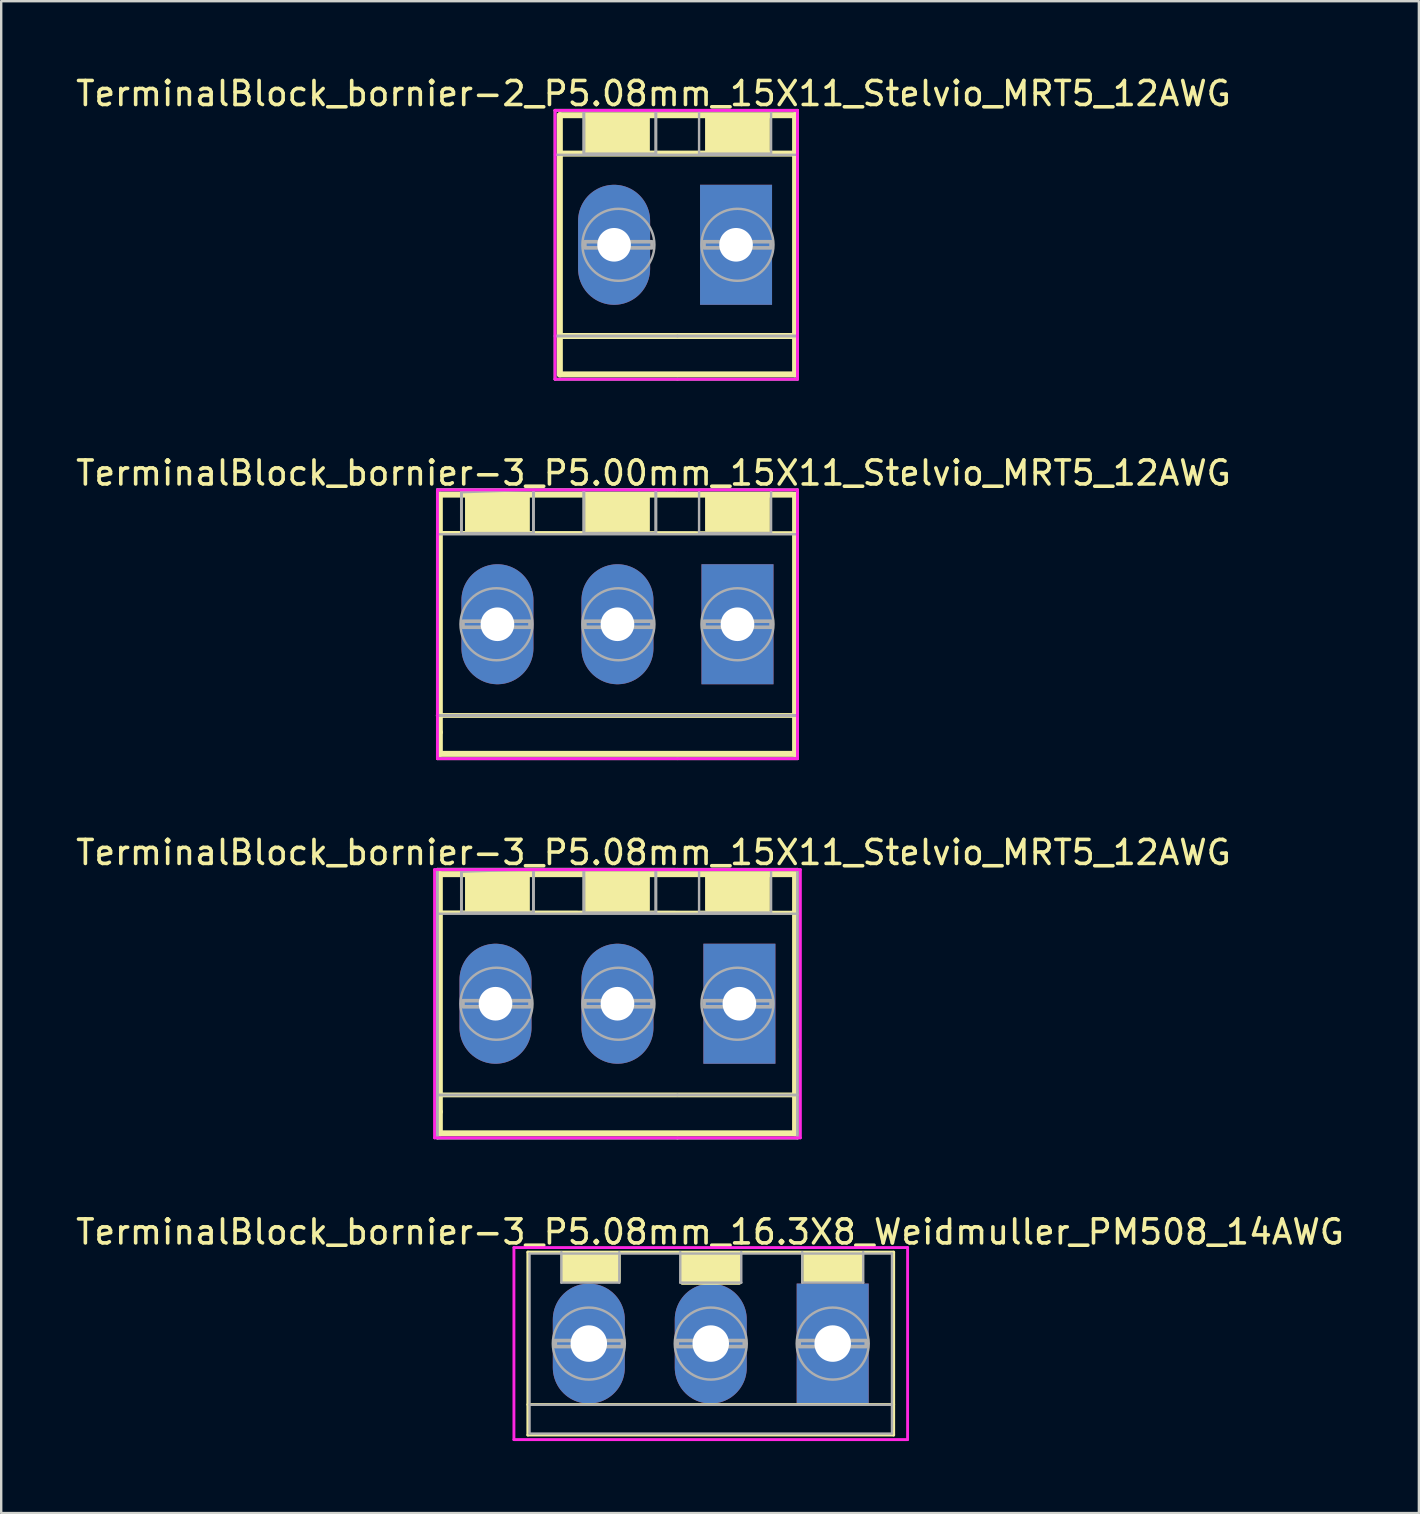
<source format=kicad_pcb>
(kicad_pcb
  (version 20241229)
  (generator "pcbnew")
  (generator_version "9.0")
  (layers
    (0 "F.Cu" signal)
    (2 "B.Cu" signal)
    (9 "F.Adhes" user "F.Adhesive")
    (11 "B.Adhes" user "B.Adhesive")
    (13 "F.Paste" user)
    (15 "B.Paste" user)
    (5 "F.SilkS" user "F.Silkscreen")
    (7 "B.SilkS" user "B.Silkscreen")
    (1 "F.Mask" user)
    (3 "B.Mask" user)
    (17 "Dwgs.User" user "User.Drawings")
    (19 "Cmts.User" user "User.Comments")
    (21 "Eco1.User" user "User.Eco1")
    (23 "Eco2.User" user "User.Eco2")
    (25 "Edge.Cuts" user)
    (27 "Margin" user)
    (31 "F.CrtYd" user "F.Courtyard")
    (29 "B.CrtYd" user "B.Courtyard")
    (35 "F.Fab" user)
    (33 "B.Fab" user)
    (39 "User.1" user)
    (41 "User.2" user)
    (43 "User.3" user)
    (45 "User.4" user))
  (footprint "TerminalBlock_bornier-3_P5.08mm_16.3X8_Weidmuller_PM508_14AWG"
    (layer "F.Cu")
    (at 26.56 52.923)
    (property "Reference" "TerminalBlock_bornier-3_P5.08mm_16.3X8_Weidmuller_PM508_14AWG" (at -0.03 -4.65 0) (layer "F.SilkS") (effects (font (size 1 1) (thickness 0.15))))
    (attr through_hole)
    (fp_line (start -7.62 -3.81) (end 7.62 -3.81) (stroke (width 0.12) (type solid)) (layer "F.SilkS"))
    (fp_line (start -7.62 2.54) (end 7.62 2.54) (stroke (width 0.12) (type solid)) (layer "F.SilkS"))
    (fp_line (start -7.62 3.81) (end -7.62 -3.81) (stroke (width 0.12) (type solid)) (layer "F.SilkS"))
    (fp_line (start -7.62 3.81) (end 7.62 3.81) (stroke (width 0.12) (type solid)) (layer "F.SilkS"))
    (fp_line (start 7.62 3.81) (end 7.62 -3.81) (stroke (width 0.12) (type solid)) (layer "F.SilkS"))
    (fp_poly (pts (xy -6.2 -2.6) (xy -6.2 -3.8) (xy -3.8 -3.8) (xy -3.8 -2.6)) (stroke (width 0.1) (type solid)) (fill yes) (layer "F.SilkS"))
    (fp_poly (pts (xy -1.2 -2.5) (xy -1.2 -3.7) (xy 1.2 -3.7) (xy 1.2 -2.5)) (stroke (width 0.1) (type solid)) (fill yes) (layer "F.SilkS"))
    (fp_poly (pts (xy 3.9 -2.6) (xy 3.9 -3.8) (xy 6.3 -3.8) (xy 6.3 -2.6)) (stroke (width 0.1) (type solid)) (fill yes) (layer "F.SilkS"))
    (fp_line (start -8.2 -4) (end 8.2 -4) (stroke (width 0.12) (type solid)) (layer "F.CrtYd"))
    (fp_line (start -8.2 4) (end -8.2 -4) (stroke (width 0.12) (type solid)) (layer "F.CrtYd"))
    (fp_line (start 8.2 -4) (end 8.2 4) (stroke (width 0.12) (type solid)) (layer "F.CrtYd"))
    (fp_line (start 8.2 4) (end -8.2 4) (stroke (width 0.12) (type solid)) (layer "F.CrtYd"))
    (fp_line (start -7.55 -3.75) (end 7.55 -3.75) (stroke (width 0.1) (type solid)) (layer "F.Fab"))
    (fp_line (start -7.55 2.55) (end 7.55 2.55) (stroke (width 0.1) (type solid)) (layer "F.Fab"))
    (fp_line (start -7.55 3.75) (end -7.55 -3.75) (stroke (width 0.1) (type solid)) (layer "F.Fab"))
    (fp_line (start -6.223 -3.81) (end -6.223 -2.54) (stroke (width 0.102) (type solid)) (layer "F.Fab"))
    (fp_line (start -6.223 -2.54) (end -3.81 -2.54) (stroke (width 0.102) (type solid)) (layer "F.Fab"))
    (fp_line (start -3.81 -2.54) (end -3.81 -3.81) (stroke (width 0.102) (type solid)) (layer "F.Fab"))
    (fp_line (start -1.27 -3.81) (end -1.27 -2.54) (stroke (width 0.102) (type solid)) (layer "F.Fab"))
    (fp_line (start -1.27 -2.54) (end 1.27 -2.54) (stroke (width 0.102) (type solid)) (layer "F.Fab"))
    (fp_line (start 1.27 -2.54) (end 1.27 -3.81) (stroke (width 0.102) (type solid)) (layer "F.Fab"))
    (fp_line (start 3.81 -3.81) (end 3.81 -2.54) (stroke (width 0.102) (type solid)) (layer "F.Fab"))
    (fp_line (start 3.81 -2.54) (end 6.35 -2.54) (stroke (width 0.102) (type solid)) (layer "F.Fab"))
    (fp_line (start 6.35 -2.54) (end 6.35 -3.81) (stroke (width 0.102) (type solid)) (layer "F.Fab"))
    (fp_line (start 7.55 -3.75) (end 7.55 3.75) (stroke (width 0.1) (type solid)) (layer "F.Fab"))
    (fp_line (start 7.55 3.75) (end -7.55 3.75) (stroke (width 0.1) (type solid)) (layer "F.Fab"))
    (fp_circle (center -5.08 0) (end -3.58 0) (stroke (width 0.102) (type solid)) (fill no) (layer "F.Fab"))
    (fp_circle (center 0 0) (end 1.5 0) (stroke (width 0.102) (type solid)) (fill no) (layer "F.Fab"))
    (fp_circle (center 5.08 0) (end 6.58 0) (stroke (width 0.102) (type solid)) (fill no) (layer "F.Fab"))
    (fp_poly (pts (xy -6.477 0.127) (xy -6.477 -0.127) (xy -3.683 -0.127) (xy -3.683 0.127)) (stroke (width 0.15) (type solid)) (fill no) (layer "F.Fab"))
    (fp_poly (pts (xy -1.397 0.127) (xy -1.397 -0.127) (xy 1.397 -0.127) (xy 1.397 0.127)) (stroke (width 0.15) (type solid)) (fill no) (layer "F.Fab"))
    (fp_poly (pts (xy 3.683 0.127) (xy 3.683 -0.127) (xy 6.477 -0.127) (xy 6.477 0.127)) (stroke (width 0.15) (type solid)) (fill no) (layer "F.Fab"))
    (pad "1" thru_hole rect (at 5.08 0) (size 3 5) (drill 1.52) (layers "*.Cu" "*.Mask"))
    (pad "2" thru_hole oval (at 0 0) (size 3 5) (drill 1.52) (layers "*.Cu" "*.Mask"))
    (pad "3" thru_hole oval (at -5.08 0) (size 3 5) (drill 1.52) (layers "*.Cu" "*.Mask")))
  (footprint "TerminalBlock_bornier-2_P5.08mm_15X11_Stelvio_MRT5_12AWG"
    (layer "F.Cu")
    (at 25.073 7.148)
    (property "Reference" "TerminalBlock_bornier-2_P5.08mm_15X11_Stelvio_MRT5_12AWG" (at -0.9 -6.3 0) (layer "F.SilkS") (effects (font (size 1 1) (thickness 0.15))))
    (attr through_hole)
    (fp_line (start -4.8 -5.4) (end -4.8 5.4) (stroke (width 0.25) (type solid)) (layer "F.SilkS"))
    (fp_line (start -4.8 -3.8) (end 5 -3.8) (stroke (width 0.25) (type solid)) (layer "F.SilkS"))
    (fp_line (start -4.8 3.8) (end 5 3.8) (stroke (width 0.25) (type solid)) (layer "F.SilkS"))
    (fp_line (start 5 -5.4) (end -4.8 -5.4) (stroke (width 0.25) (type solid)) (layer "F.SilkS"))
    (fp_line (start 5 -5.4) (end 5 5.4) (stroke (width 0.25) (type solid)) (layer "F.SilkS"))
    (fp_line (start 5 5.4) (end -4.8 5.4) (stroke (width 0.25) (type solid)) (layer "F.SilkS"))
    (fp_poly (pts (xy -3.7 -3.9) (xy -3.7 -5.4) (xy -1.1 -5.4) (xy -1.1 -3.9)) (stroke (width 0.1) (type solid)) (fill yes) (layer "F.SilkS"))
    (fp_poly (pts (xy 1.3 -3.9) (xy 1.3 -5.4) (xy 3.9 -5.4) (xy 3.9 -3.9)) (stroke (width 0.1) (type solid)) (fill yes) (layer "F.SilkS"))
    (fp_line (start -5 -5.6) (end 5.1 -5.6) (stroke (width 0.12) (type solid)) (layer "F.CrtYd"))
    (fp_line (start -5 5.6) (end -5 -5.6) (stroke (width 0.12) (type solid)) (layer "F.CrtYd"))
    (fp_line (start 5.1 -5.6) (end 5.1 5.6) (stroke (width 0.12) (type solid)) (layer "F.CrtYd"))
    (fp_line (start 5.1 5.6) (end -5 5.6) (stroke (width 0.12) (type solid)) (layer "F.CrtYd"))
    (fp_line (start -5 -5.6) (end 0 -5.6) (stroke (width 0.12) (type solid)) (layer "F.Fab"))
    (fp_line (start -5 -5.6) (end 0.1 -5.6) (stroke (width 0.12) (type solid)) (layer "F.Fab"))
    (fp_line (start -5 -3.75) (end 5.1 -3.75) (stroke (width 0.1) (type solid)) (layer "F.Fab"))
    (fp_line (start -5 5.6) (end -5 -5.6) (stroke (width 0.12) (type solid)) (layer "F.Fab"))
    (fp_line (start -3.8 -3.8) (end -3.8 -5.6) (stroke (width 0.12) (type solid)) (layer "F.Fab"))
    (fp_line (start -0.8 -3.8) (end -0.8 -5.5) (stroke (width 0.12) (type solid)) (layer "F.Fab"))
    (fp_line (start 0.1 -5.6) (end 5.1 -5.6) (stroke (width 0.12) (type solid)) (layer "F.Fab"))
    (fp_line (start 0.1 3.8) (end -5 3.8) (stroke (width 0.12) (type solid)) (layer "F.Fab"))
    (fp_line (start 0.1 3.8) (end 5.1 3.8) (stroke (width 0.12) (type solid)) (layer "F.Fab"))
    (fp_line (start 0.1 5.6) (end -5 5.6) (stroke (width 0.12) (type solid)) (layer "F.Fab"))
    (fp_line (start 0.1 5.6) (end 5.1 5.6) (stroke (width 0.12) (type solid)) (layer "F.Fab"))
    (fp_line (start 5.1 -5.6) (end 5.1 1.9) (stroke (width 0.12) (type solid)) (layer "F.Fab"))
    (fp_line (start 5.1 5.6) (end 5.1 1.9) (stroke (width 0.12) (type solid)) (layer "F.Fab"))
    (fp_circle (center -2.36 0) (end -0.86 0) (stroke (width 0.102) (type solid)) (fill no) (layer "F.Fab"))
    (fp_circle (center 2.6 0) (end 4.1 0) (stroke (width 0.102) (type solid)) (fill no) (layer "F.Fab"))
    (fp_poly (pts (xy -3.8 -3.8) (xy -3.8 -5.6) (xy -0.8 -5.6) (xy -0.8 -3.8)) (stroke (width 0.1) (type solid)) (fill no) (layer "F.Fab"))
    (fp_poly (pts (xy -3.757 0.127) (xy -3.757 -0.127) (xy -0.963 -0.127) (xy -0.963 0.127)) (stroke (width 0.15) (type solid)) (fill no) (layer "F.Fab"))
    (fp_poly (pts (xy 1 -3.8) (xy 1 -5.6) (xy 4 -5.6) (xy 4 -3.8)) (stroke (width 0.1) (type solid)) (fill no) (layer "F.Fab"))
    (fp_poly (pts (xy 1.206 0.127) (xy 1.206 -0.127) (xy 4 -0.127) (xy 4 0.127)) (stroke (width 0.15) (type solid)) (fill no) (layer "F.Fab"))
    (pad "1" thru_hole rect (at 2.54 0) (size 3 5) (drill 1.4) (layers "*.Cu" "*.Mask"))
    (pad "2" thru_hole oval (at -2.54 0) (size 3 5) (drill 1.4) (layers "*.Cu" "*.Mask")))
  (footprint "TerminalBlock_bornier-3_P5.08mm_15X11_Stelvio_MRT5_12AWG"
    (layer "F.Cu")
    (at 22.673 38.765)
    (property "Reference" "TerminalBlock_bornier-3_P5.08mm_15X11_Stelvio_MRT5_12AWG" (at 1.5 -6.3 0) (layer "F.SilkS") (effects (font (size 1 1) (thickness 0.15))))
    (attr through_hole)
    (fp_line (start -7.4 -5.4) (end 7.3 -5.4) (stroke (width 0.25) (type solid)) (layer "F.SilkS"))
    (fp_line (start -7.4 -3.81) (end 7.4 -3.8) (stroke (width 0.15) (type solid)) (layer "F.SilkS"))
    (fp_line (start -7.4 3.8) (end 7.3 3.8) (stroke (width 0.2) (type solid)) (layer "F.SilkS"))
    (fp_line (start -7.4 4.5) (end -7.4 -5.4) (stroke (width 0.25) (type solid)) (layer "F.SilkS"))
    (fp_line (start -7.4 5.4) (end -7.4 4.5) (stroke (width 0.25) (type solid)) (layer "F.SilkS"))
    (fp_line (start 7.4 -5.4) (end 7.4 5.4) (stroke (width 0.25) (type solid)) (layer "F.SilkS"))
    (fp_line (start 7.4 5.4) (end -7.4 5.4) (stroke (width 0.25) (type solid)) (layer "F.SilkS"))
    (fp_poly (pts (xy -6.3 -3.8) (xy -6.3 -5.3) (xy -3.7 -5.3) (xy -3.7 -3.8)) (stroke (width 0.1) (type solid)) (fill yes) (layer "F.SilkS"))
    (fp_poly (pts (xy -1.3 -3.9) (xy -1.3 -5.4) (xy 1.3 -5.4) (xy 1.3 -3.9)) (stroke (width 0.1) (type solid)) (fill yes) (layer "F.SilkS"))
    (fp_poly (pts (xy 3.7 -3.9) (xy 3.7 -5.4) (xy 6.3 -5.4) (xy 6.3 -3.9)) (stroke (width 0.1) (type solid)) (fill yes) (layer "F.SilkS"))
    (fp_line (start -7.62 -5.588) (end 7.62 -5.588) (stroke (width 0.12) (type solid)) (layer "F.CrtYd"))
    (fp_line (start -7.62 5.588) (end -7.62 -5.588) (stroke (width 0.12) (type solid)) (layer "F.CrtYd"))
    (fp_line (start 7.62 -5.588) (end 7.62 5.588) (stroke (width 0.12) (type solid)) (layer "F.CrtYd"))
    (fp_line (start 7.62 5.588) (end -7.62 5.588) (stroke (width 0.12) (type solid)) (layer "F.CrtYd"))
    (fp_line (start -7.51 -3.75) (end 7.5 -3.75) (stroke (width 0.1) (type solid)) (layer "F.Fab"))
    (fp_line (start -7.51 3.75) (end -7.51 -3.75) (stroke (width 0.1) (type solid)) (layer "F.Fab"))
    (fp_line (start -7.5 -5.6) (end 2.4 -5.6) (stroke (width 0.12) (type solid)) (layer "F.Fab"))
    (fp_line (start -7.5 -5.6) (end 2.5 -5.6) (stroke (width 0.12) (type solid)) (layer "F.Fab"))
    (fp_line (start -7.5 5.6) (end -7.5 -5.6) (stroke (width 0.12) (type solid)) (layer "F.Fab"))
    (fp_line (start -6.5 -3.8) (end -6.5 -5.6) (stroke (width 0.12) (type solid)) (layer "F.Fab"))
    (fp_line (start -3.5 -3.8) (end -3.5 -5.5) (stroke (width 0.12) (type solid)) (layer "F.Fab"))
    (fp_line (start -1.4 -3.8) (end -1.4 -5.6) (stroke (width 0.12) (type solid)) (layer "F.Fab"))
    (fp_line (start 1.6 -3.8) (end 1.6 -5.5) (stroke (width 0.12) (type solid)) (layer "F.Fab"))
    (fp_line (start 2.5 -5.6) (end 7.5 -5.6) (stroke (width 0.12) (type solid)) (layer "F.Fab"))
    (fp_line (start 2.5 3.8) (end -7.51 3.8) (stroke (width 0.12) (type solid)) (layer "F.Fab"))
    (fp_line (start 2.5 3.8) (end 7.5 3.8) (stroke (width 0.12) (type solid)) (layer "F.Fab"))
    (fp_line (start 2.5 5.6) (end -7.5 5.6) (stroke (width 0.12) (type solid)) (layer "F.Fab"))
    (fp_line (start 2.5 5.6) (end 7.5 5.6) (stroke (width 0.12) (type solid)) (layer "F.Fab"))
    (fp_line (start 7.5 -5.6) (end 7.5 1.9) (stroke (width 0.12) (type solid)) (layer "F.Fab"))
    (fp_line (start 7.5 5.6) (end 7.5 1.9) (stroke (width 0.12) (type solid)) (layer "F.Fab"))
    (fp_circle (center -5.04 0) (end -3.54 0) (stroke (width 0.102) (type solid)) (fill no) (layer "F.Fab"))
    (fp_circle (center 0.04 0) (end 1.54 0) (stroke (width 0.102) (type solid)) (fill no) (layer "F.Fab"))
    (fp_circle (center 5 0) (end 6.5 0) (stroke (width 0.102) (type solid)) (fill no) (layer "F.Fab"))
    (fp_poly (pts (xy -6.5 -3.8) (xy -6.5 -5.5) (xy -3.5 -5.6) (xy -3.5 -3.8)) (stroke (width 0.1) (type solid)) (fill no) (layer "F.Fab"))
    (fp_poly (pts (xy -6.437 0.127) (xy -6.437 -0.127) (xy -3.643 -0.127) (xy -3.643 0.127)) (stroke (width 0.15) (type solid)) (fill no) (layer "F.Fab"))
    (fp_poly (pts (xy -1.4 -3.8) (xy -1.4 -5.6) (xy 1.6 -5.6) (xy 1.6 -3.8)) (stroke (width 0.1) (type solid)) (fill no) (layer "F.Fab"))
    (fp_poly (pts (xy -1.357 0.127) (xy -1.357 -0.127) (xy 1.437 -0.127) (xy 1.437 0.127)) (stroke (width 0.15) (type solid)) (fill no) (layer "F.Fab"))
    (fp_poly (pts (xy 3.4 -3.8) (xy 3.4 -5.6) (xy 6.4 -5.6) (xy 6.4 -3.8)) (stroke (width 0.1) (type solid)) (fill no) (layer "F.Fab"))
    (fp_poly (pts (xy 3.606 0.127) (xy 3.606 -0.127) (xy 6.4 -0.127) (xy 6.4 0.127)) (stroke (width 0.15) (type solid)) (fill no) (layer "F.Fab"))
    (pad "1" thru_hole rect (at 5.08 0) (size 3 5) (drill 1.4) (layers "*.Cu" "*.Mask"))
    (pad "2" thru_hole oval (at 0 0) (size 3 5) (drill 1.4) (layers "*.Cu" "*.Mask"))
    (pad "3" thru_hole oval (at -5.08 0) (size 3 5) (drill 1.4) (layers "*.Cu" "*.Mask")))
  (footprint "TerminalBlock_bornier-3_P5.00mm_15X11_Stelvio_MRT5_12AWG"
    (layer "F.Cu")
    (at 22.673 22.956)
    (property "Reference" "TerminalBlock_bornier-3_P5.00mm_15X11_Stelvio_MRT5_12AWG" (at 1.5 -6.3 0) (layer "F.SilkS") (effects (font (size 1 1) (thickness 0.15))))
    (attr through_hole)
    (fp_line (start -7.4 -5.4) (end 7.3 -5.4) (stroke (width 0.25) (type solid)) (layer "F.SilkS"))
    (fp_line (start -7.4 -3.81) (end 7.4 -3.8) (stroke (width 0.15) (type solid)) (layer "F.SilkS"))
    (fp_line (start -7.4 3.8) (end 7.3 3.8) (stroke (width 0.2) (type solid)) (layer "F.SilkS"))
    (fp_line (start -7.4 4.5) (end -7.4 -5.4) (stroke (width 0.25) (type solid)) (layer "F.SilkS"))
    (fp_line (start -7.4 5.4) (end -7.4 4.5) (stroke (width 0.25) (type solid)) (layer "F.SilkS"))
    (fp_line (start 7.4 -5.4) (end 7.4 5.4) (stroke (width 0.25) (type solid)) (layer "F.SilkS"))
    (fp_line (start 7.4 5.4) (end -7.4 5.4) (stroke (width 0.25) (type solid)) (layer "F.SilkS"))
    (fp_poly (pts (xy -6.3 -3.8) (xy -6.3 -5.3) (xy -3.7 -5.3) (xy -3.7 -3.8)) (stroke (width 0.1) (type solid)) (fill yes) (layer "F.SilkS"))
    (fp_poly (pts (xy -1.3 -3.9) (xy -1.3 -5.4) (xy 1.3 -5.4) (xy 1.3 -3.9)) (stroke (width 0.1) (type solid)) (fill yes) (layer "F.SilkS"))
    (fp_poly (pts (xy 3.7 -3.9) (xy 3.7 -5.4) (xy 6.3 -5.4) (xy 6.3 -3.9)) (stroke (width 0.1) (type solid)) (fill yes) (layer "F.SilkS"))
    (fp_line (start -7.5 -5.6) (end 7.5 -5.6) (stroke (width 0.12) (type solid)) (layer "F.CrtYd"))
    (fp_line (start -7.5 5.6) (end -7.5 -5.6) (stroke (width 0.12) (type solid)) (layer "F.CrtYd"))
    (fp_line (start 7.5 -5.6) (end 7.5 5.6) (stroke (width 0.12) (type solid)) (layer "F.CrtYd"))
    (fp_line (start 7.5 5.6) (end -7.5 5.6) (stroke (width 0.12) (type solid)) (layer "F.CrtYd"))
    (fp_line (start -7.51 -3.75) (end 7.5 -3.75) (stroke (width 0.1) (type solid)) (layer "F.Fab"))
    (fp_line (start -7.51 3.75) (end -7.51 -3.75) (stroke (width 0.1) (type solid)) (layer "F.Fab"))
    (fp_line (start -7.5 -5.6) (end 2.4 -5.6) (stroke (width 0.12) (type solid)) (layer "F.Fab"))
    (fp_line (start -7.5 -5.6) (end 2.5 -5.6) (stroke (width 0.12) (type solid)) (layer "F.Fab"))
    (fp_line (start -7.5 5.6) (end -7.5 -5.6) (stroke (width 0.12) (type solid)) (layer "F.Fab"))
    (fp_line (start -6.5 -3.8) (end -6.5 -5.6) (stroke (width 0.12) (type solid)) (layer "F.Fab"))
    (fp_line (start -3.5 -3.8) (end -3.5 -5.5) (stroke (width 0.12) (type solid)) (layer "F.Fab"))
    (fp_line (start -1.4 -3.8) (end -1.4 -5.6) (stroke (width 0.12) (type solid)) (layer "F.Fab"))
    (fp_line (start 1.6 -3.8) (end 1.6 -5.5) (stroke (width 0.12) (type solid)) (layer "F.Fab"))
    (fp_line (start 2.5 -5.6) (end 7.5 -5.6) (stroke (width 0.12) (type solid)) (layer "F.Fab"))
    (fp_line (start 2.5 3.8) (end -7.51 3.8) (stroke (width 0.12) (type solid)) (layer "F.Fab"))
    (fp_line (start 2.5 3.8) (end 7.5 3.8) (stroke (width 0.12) (type solid)) (layer "F.Fab"))
    (fp_line (start 2.5 5.6) (end -7.5 5.6) (stroke (width 0.12) (type solid)) (layer "F.Fab"))
    (fp_line (start 2.5 5.6) (end 7.5 5.6) (stroke (width 0.12) (type solid)) (layer "F.Fab"))
    (fp_line (start 7.5 -5.6) (end 7.5 1.9) (stroke (width 0.12) (type solid)) (layer "F.Fab"))
    (fp_line (start 7.5 5.6) (end 7.5 1.9) (stroke (width 0.12) (type solid)) (layer "F.Fab"))
    (fp_circle (center -5.04 0) (end -3.54 0) (stroke (width 0.102) (type solid)) (fill no) (layer "F.Fab"))
    (fp_circle (center 0.04 0) (end 1.54 0) (stroke (width 0.102) (type solid)) (fill no) (layer "F.Fab"))
    (fp_circle (center 5 0) (end 6.5 0) (stroke (width 0.102) (type solid)) (fill no) (layer "F.Fab"))
    (fp_poly (pts (xy -6.5 -3.8) (xy -6.5 -5.5) (xy -3.5 -5.6) (xy -3.5 -3.8)) (stroke (width 0.1) (type solid)) (fill no) (layer "F.Fab"))
    (fp_poly (pts (xy -6.437 0.127) (xy -6.437 -0.127) (xy -3.643 -0.127) (xy -3.643 0.127)) (stroke (width 0.15) (type solid)) (fill no) (layer "F.Fab"))
    (fp_poly (pts (xy -1.4 -3.8) (xy -1.4 -5.6) (xy 1.6 -5.6) (xy 1.6 -3.8)) (stroke (width 0.1) (type solid)) (fill no) (layer "F.Fab"))
    (fp_poly (pts (xy -1.357 0.127) (xy -1.357 -0.127) (xy 1.437 -0.127) (xy 1.437 0.127)) (stroke (width 0.15) (type solid)) (fill no) (layer "F.Fab"))
    (fp_poly (pts (xy 3.4 -3.8) (xy 3.4 -5.6) (xy 6.4 -5.6) (xy 6.4 -3.8)) (stroke (width 0.1) (type solid)) (fill no) (layer "F.Fab"))
    (fp_poly (pts (xy 3.606 0.127) (xy 3.606 -0.127) (xy 6.4 -0.127) (xy 6.4 0.127)) (stroke (width 0.15) (type solid)) (fill no) (layer "F.Fab"))
    (pad "1" thru_hole rect (at 5 0) (size 3 5) (drill 1.4) (layers "*.Cu" "*.Mask"))
    (pad "2" thru_hole oval (at 0 0) (size 3 5) (drill 1.4) (layers "*.Cu" "*.Mask"))
    (pad "3" thru_hole oval (at -5 0) (size 3 5) (drill 1.4) (layers "*.Cu" "*.Mask")))
  (gr_rect
    (start -3 -3)
    (end 56.06 59.983)
    (stroke (width 0.1) (type default))
    (fill no)
    (layer "Edge.Cuts")))
</source>
